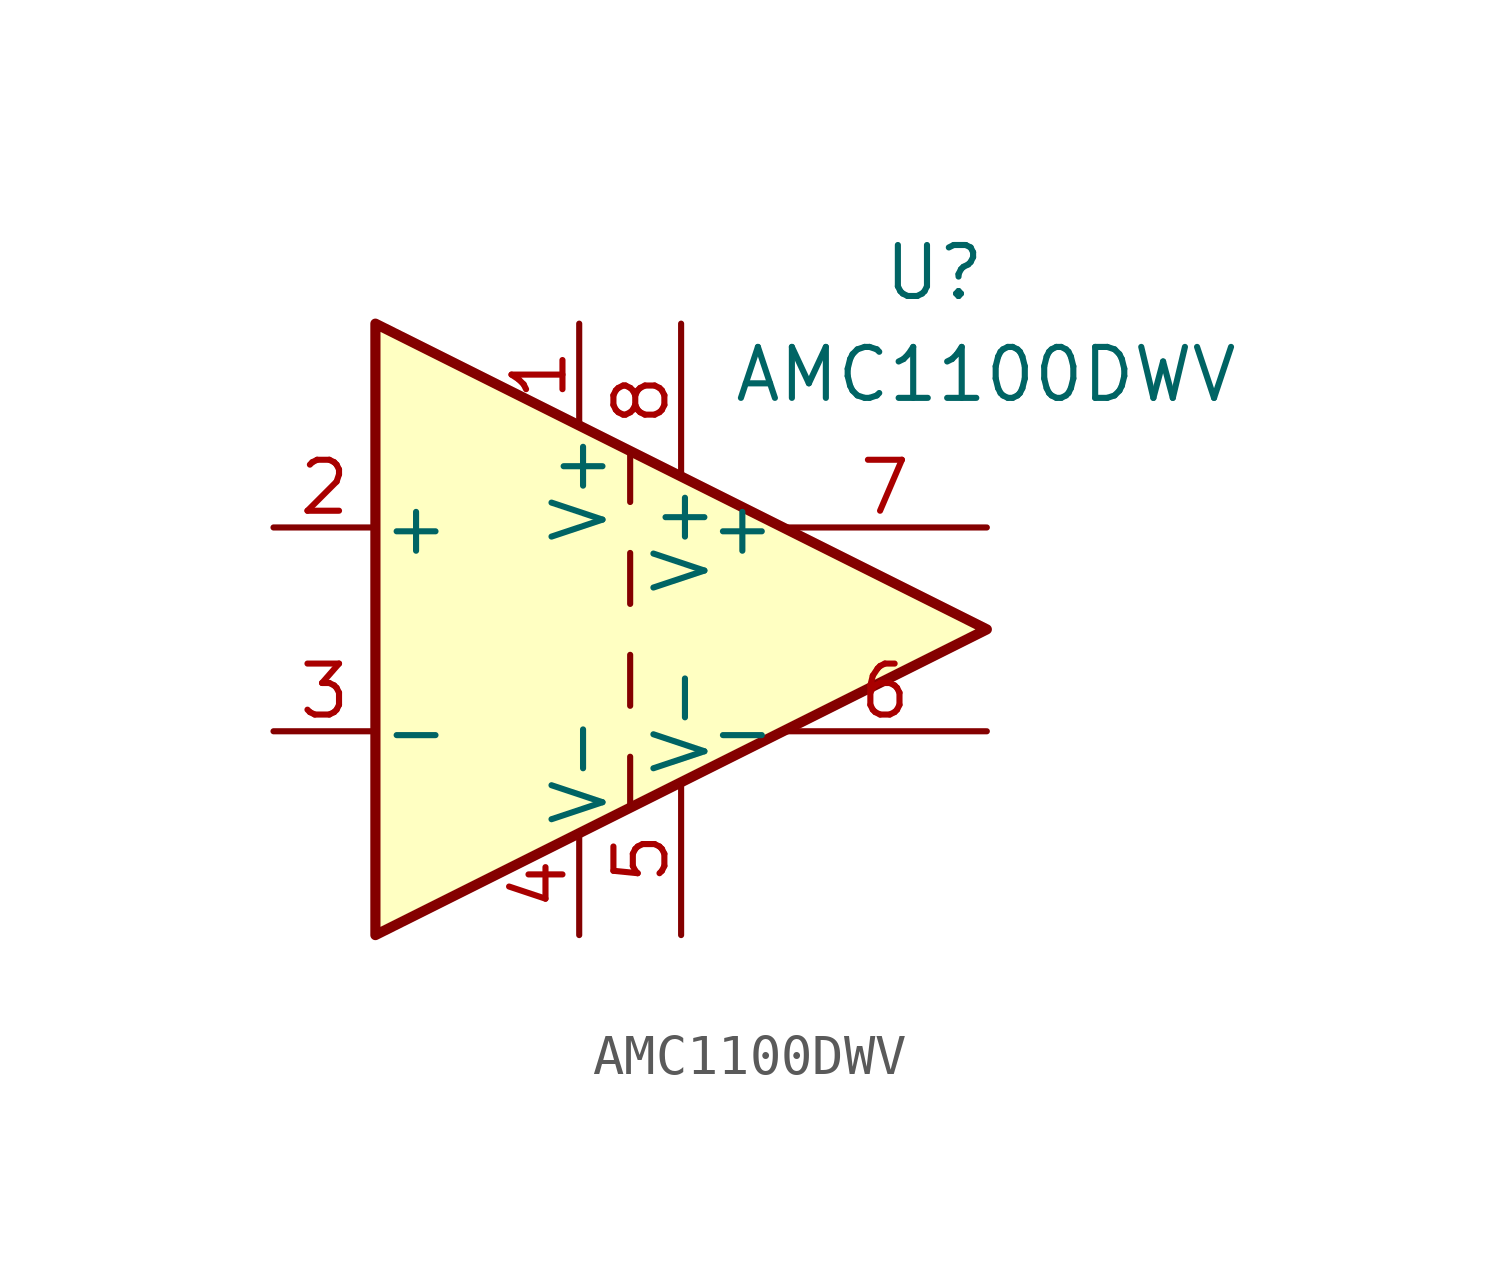
<source format=kicad_sym>
(kicad_symbol_lib
  (version 20201005)
  (generator kicad_symbol_editor)
  (symbol "AMC1100DWV"
    (pin_names
      (offset 0.127))
    (property "Reference" "U"
      (at 7.62 8.89 0)
      (effects (font (size 1.27 1.27)) (justify right)))
    (property "Value" "AMC1100DWV"
      (at 1.27 6.35 0)
      (effects (font (size 1.27 1.27)) (justify left)))
    (symbol "AMC1100DWV_0_1"
      (polyline (pts (xy -1.27 -3.175) (xy -1.27 -4.445)) (stroke (width 0)) (fill (type none)))
      (polyline (pts (xy -1.27 -0.635) (xy -1.27 -1.905)) (stroke (width 0)) (fill (type none)))
      (polyline (pts (xy -1.27 1.905) (xy -1.27 0.635)) (stroke (width 0)) (fill (type none)))
      (polyline (pts (xy -1.27 4.445) (xy -1.27 3.175)) (stroke (width 0)) (fill (type none)))
      (polyline (pts (xy -7.62 -7.62) (xy -7.62 7.62) (xy 7.62 0) (xy -7.62 -7.62)) (stroke (width 0.254)) (fill (type background))))
    (symbol "AMC1100DWV_1_1"
      (pin power_in line (at -2.54 7.62 270) (length 2.54) (name "V+" (effects (font (size 1.27 1.27)))) (number "1" (effects (font (size 1.27 1.27)))))
      (pin input line (at -10.16 2.54 0) (length 2.54) (name "+" (effects (font (size 1.27 1.27)))) (number "2" (effects (font (size 1.27 1.27)))))
      (pin input line (at -10.16 -2.54 0) (length 2.54) (name "-" (effects (font (size 1.27 1.27)))) (number "3" (effects (font (size 1.27 1.27)))))
      (pin power_in line (at -2.54 -7.62 90) (length 2.54) (name "V-" (effects (font (size 1.27 1.27)))) (number "4" (effects (font (size 1.27 1.27)))))
      (pin power_in line (at 0 -7.62 90) (length 3.81) (name "V-" (effects (font (size 1.27 1.27)))) (number "5" (effects (font (size 1.27 1.27)))))
      (pin output line (at 7.62 -2.54 180) (length 5.08) (name "-" (effects (font (size 1.27 1.27)))) (number "6" (effects (font (size 1.27 1.27)))))
      (pin output line (at 7.62 2.54 180) (length 5.08) (name "+" (effects (font (size 1.27 1.27)))) (number "7" (effects (font (size 1.27 1.27)))))
      (pin power_in line (at 0 7.62 270) (length 3.81) (name "V+" (effects (font (size 1.27 1.27)))) (number "8" (effects (font (size 1.27 1.27))))))))
</source>
